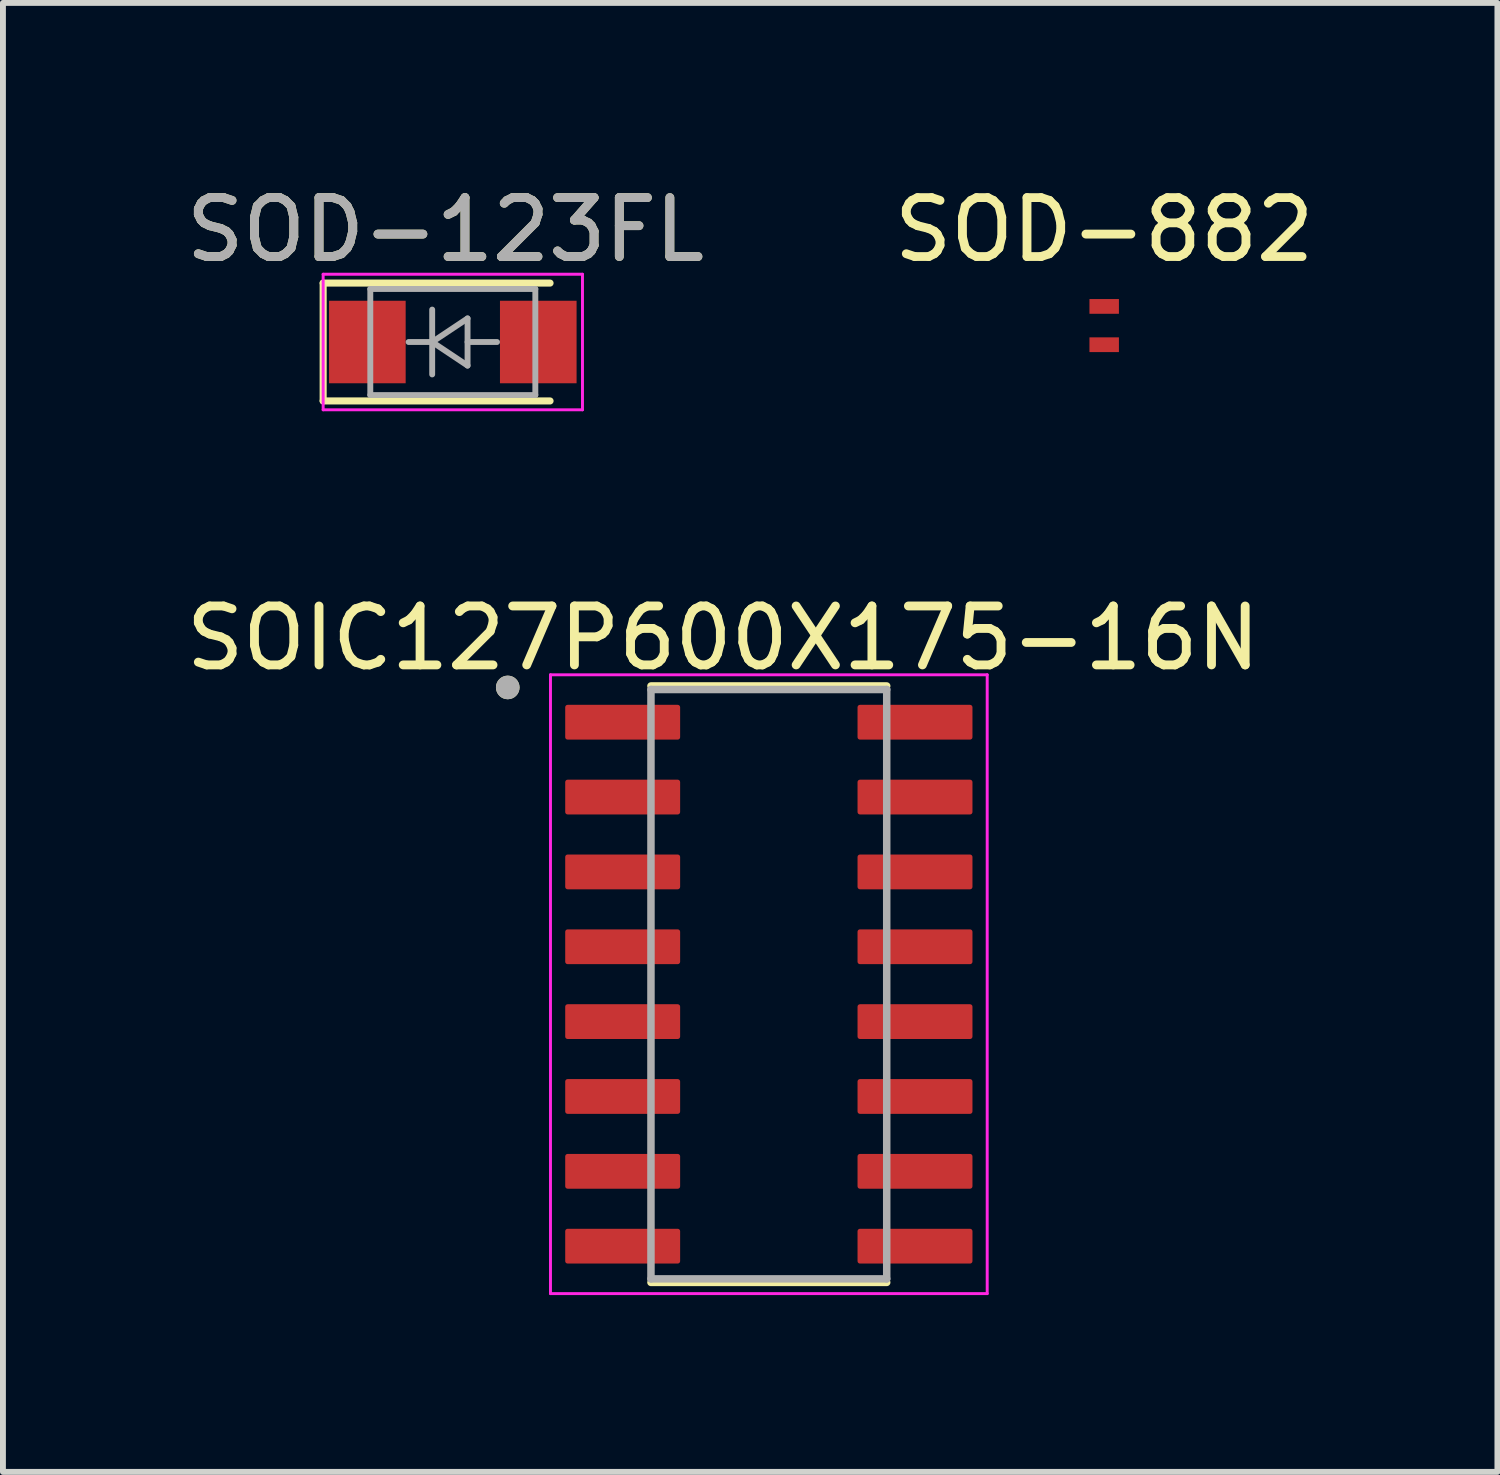
<source format=kicad_pcb>
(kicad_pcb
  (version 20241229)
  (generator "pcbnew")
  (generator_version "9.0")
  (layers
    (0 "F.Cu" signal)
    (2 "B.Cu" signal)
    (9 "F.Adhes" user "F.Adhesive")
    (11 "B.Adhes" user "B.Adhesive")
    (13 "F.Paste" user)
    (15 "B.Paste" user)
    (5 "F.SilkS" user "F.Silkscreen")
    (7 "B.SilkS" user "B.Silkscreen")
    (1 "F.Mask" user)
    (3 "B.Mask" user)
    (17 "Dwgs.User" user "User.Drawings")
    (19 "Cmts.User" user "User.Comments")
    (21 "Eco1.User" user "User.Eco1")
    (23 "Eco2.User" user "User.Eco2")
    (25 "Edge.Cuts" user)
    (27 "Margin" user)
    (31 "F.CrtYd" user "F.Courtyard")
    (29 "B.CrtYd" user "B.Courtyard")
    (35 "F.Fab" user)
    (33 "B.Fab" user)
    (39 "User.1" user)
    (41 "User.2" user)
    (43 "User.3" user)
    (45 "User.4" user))
  (footprint "SOD-123FL"
    (layer "F.Cu")
    (at 4.633 2.753)
    (property "Reference" "SOD-123FL" (at -0.127 -1.905 0) (layer "F.SilkS") (effects (font (size 1 1) (thickness 0.15))))
    (attr smd)
    (fp_line (start -2.2 -1) (end -2.2 1) (stroke (width 0.12) (type solid)) (layer "F.SilkS"))
    (fp_line (start -2.2 -1) (end 1.65 -1) (stroke (width 0.12) (type solid)) (layer "F.SilkS"))
    (fp_line (start -2.2 1) (end 1.65 1) (stroke (width 0.12) (type solid)) (layer "F.SilkS"))
    (fp_line (start -2.2 -1.15) (end -2.2 1.15) (stroke (width 0.05) (type solid)) (layer "F.CrtYd"))
    (fp_line (start -2.2 -1.15) (end 2.2 -1.15) (stroke (width 0.05) (type solid)) (layer "F.CrtYd"))
    (fp_line (start 2.2 -1.15) (end 2.2 1.15) (stroke (width 0.05) (type solid)) (layer "F.CrtYd"))
    (fp_line (start 2.2 1.15) (end -2.2 1.15) (stroke (width 0.05) (type solid)) (layer "F.CrtYd"))
    (fp_line (start -1.4 -0.9) (end 1.4 -0.9) (stroke (width 0.1) (type solid)) (layer "F.Fab"))
    (fp_line (start -1.4 0.9) (end -1.4 -0.9) (stroke (width 0.1) (type solid)) (layer "F.Fab"))
    (fp_line (start -0.75 0) (end -0.35 0) (stroke (width 0.1) (type solid)) (layer "F.Fab"))
    (fp_line (start -0.35 0) (end -0.35 -0.55) (stroke (width 0.1) (type solid)) (layer "F.Fab"))
    (fp_line (start -0.35 0) (end -0.35 0.55) (stroke (width 0.1) (type solid)) (layer "F.Fab"))
    (fp_line (start -0.35 0) (end 0.25 -0.4) (stroke (width 0.1) (type solid)) (layer "F.Fab"))
    (fp_line (start 0.25 -0.4) (end 0.25 0.4) (stroke (width 0.1) (type solid)) (layer "F.Fab"))
    (fp_line (start 0.25 0) (end 0.75 0) (stroke (width 0.1) (type solid)) (layer "F.Fab"))
    (fp_line (start 0.25 0.4) (end -0.35 0) (stroke (width 0.1) (type solid)) (layer "F.Fab"))
    (fp_line (start 1.4 -0.9) (end 1.4 0.9) (stroke (width 0.1) (type solid)) (layer "F.Fab"))
    (fp_line (start 1.4 0.9) (end -1.4 0.9) (stroke (width 0.1) (type solid)) (layer "F.Fab"))
    (fp_text user "${REFERENCE}" (at -0.127 -1.905 0) (layer "F.Fab") (effects (font (size 1 1) (thickness 0.15))))
    (pad "1" smd rect (at -1.45 0) (size 1.3 1.4) (layers "F.Cu" "F.Mask" "F.Paste"))
    (pad "2" smd rect (at 1.45 0) (size 1.3 1.4) (layers "F.Cu" "F.Mask" "F.Paste")))
  (footprint "SOD-882"
    (layer "F.Cu")
    (at 15.685 2.474)
    (property "Reference" "SOD-882" (at 0 -1.626 0) (layer "F.SilkS") (effects (font (size 1 1) (thickness 0.15))))
    (attr through_hole)
    (pad "1" smd rect (at 0 -0.325) (size 0.5 0.25) (layers "F.Cu" "F.Mask" "F.Paste"))
    (pad "2" smd rect (at 0 0.325) (size 0.5 0.25) (layers "F.Cu" "F.Mask" "F.Paste")))
  (footprint "SOIC127P600X175-16N"
    (layer "F.Cu")
    (at 9.995 13.649)
    (property "Reference" "SOIC127P600X175-16N" (at -0.775 -5.872 0) (layer "F.SilkS") (effects (font (size 1 1) (thickness 0.15))))
    (attr through_hole)
    (fp_line (start -2 -5.06) (end 2 -5.06) (stroke (width 0.127) (type solid)) (layer "F.SilkS"))
    (fp_line (start -2 5.06) (end 2 5.06) (stroke (width 0.127) (type solid)) (layer "F.SilkS"))
    (fp_circle (center -4.43 -5.035) (end -4.33 -5.035) (stroke (width 0.2) (type solid)) (fill no) (layer "F.SilkS"))
    (fp_line (start -3.705 -5.25) (end -3.705 5.25) (stroke (width 0.05) (type solid)) (layer "F.CrtYd"))
    (fp_line (start -3.705 -5.25) (end 3.705 -5.25) (stroke (width 0.05) (type solid)) (layer "F.CrtYd"))
    (fp_line (start -3.705 5.25) (end 3.705 5.25) (stroke (width 0.05) (type solid)) (layer "F.CrtYd"))
    (fp_line (start 3.705 -5.25) (end 3.705 5.25) (stroke (width 0.05) (type solid)) (layer "F.CrtYd"))
    (fp_line (start -2 -5) (end -2 5) (stroke (width 0.127) (type solid)) (layer "F.Fab"))
    (fp_line (start -2 -5) (end 2 -5) (stroke (width 0.127) (type solid)) (layer "F.Fab"))
    (fp_line (start -2 5) (end 2 5) (stroke (width 0.127) (type solid)) (layer "F.Fab"))
    (fp_line (start 2 -5) (end 2 5) (stroke (width 0.127) (type solid)) (layer "F.Fab"))
    (fp_circle (center -4.43 -5.035) (end -4.33 -5.035) (stroke (width 0.2) (type solid)) (fill no) (layer "F.Fab"))
    (pad "1" smd roundrect (at -2.48 -4.445) (size 1.95 0.59) (layers "F.Cu" "F.Mask" "F.Paste") (roundrect_rratio 0.07))
    (pad "2" smd roundrect (at -2.48 -3.175) (size 1.95 0.59) (layers "F.Cu" "F.Mask" "F.Paste") (roundrect_rratio 0.07))
    (pad "3" smd roundrect (at -2.48 -1.905) (size 1.95 0.59) (layers "F.Cu" "F.Mask" "F.Paste") (roundrect_rratio 0.07))
    (pad "4" smd roundrect (at -2.48 -0.635) (size 1.95 0.59) (layers "F.Cu" "F.Mask" "F.Paste") (roundrect_rratio 0.07))
    (pad "5" smd roundrect (at -2.48 0.635) (size 1.95 0.59) (layers "F.Cu" "F.Mask" "F.Paste") (roundrect_rratio 0.07))
    (pad "6" smd roundrect (at -2.48 1.905) (size 1.95 0.59) (layers "F.Cu" "F.Mask" "F.Paste") (roundrect_rratio 0.07))
    (pad "7" smd roundrect (at -2.48 3.175) (size 1.95 0.59) (layers "F.Cu" "F.Mask" "F.Paste") (roundrect_rratio 0.07))
    (pad "8" smd roundrect (at -2.48 4.445) (size 1.95 0.59) (layers "F.Cu" "F.Mask" "F.Paste") (roundrect_rratio 0.07))
    (pad "9" smd roundrect (at 2.48 4.445) (size 1.95 0.59) (layers "F.Cu" "F.Mask" "F.Paste") (roundrect_rratio 0.07))
    (pad "10" smd roundrect (at 2.48 3.175) (size 1.95 0.59) (layers "F.Cu" "F.Mask" "F.Paste") (roundrect_rratio 0.07))
    (pad "11" smd roundrect (at 2.48 1.905) (size 1.95 0.59) (layers "F.Cu" "F.Mask" "F.Paste") (roundrect_rratio 0.07))
    (pad "12" smd roundrect (at 2.48 0.635) (size 1.95 0.59) (layers "F.Cu" "F.Mask" "F.Paste") (roundrect_rratio 0.07))
    (pad "13" smd roundrect (at 2.48 -0.635) (size 1.95 0.59) (layers "F.Cu" "F.Mask" "F.Paste") (roundrect_rratio 0.07))
    (pad "14" smd roundrect (at 2.48 -1.905) (size 1.95 0.59) (layers "F.Cu" "F.Mask" "F.Paste") (roundrect_rratio 0.07))
    (pad "15" smd roundrect (at 2.48 -3.175) (size 1.95 0.59) (layers "F.Cu" "F.Mask" "F.Paste") (roundrect_rratio 0.07))
    (pad "16" smd roundrect (at 2.48 -4.445) (size 1.95 0.59) (layers "F.Cu" "F.Mask" "F.Paste") (roundrect_rratio 0.07)))
  (gr_rect
    (start -3 -3)
    (end 22.357 21.924)
    (stroke (width 0.1) (type default))
    (fill no)
    (layer "Edge.Cuts")))
</source>
